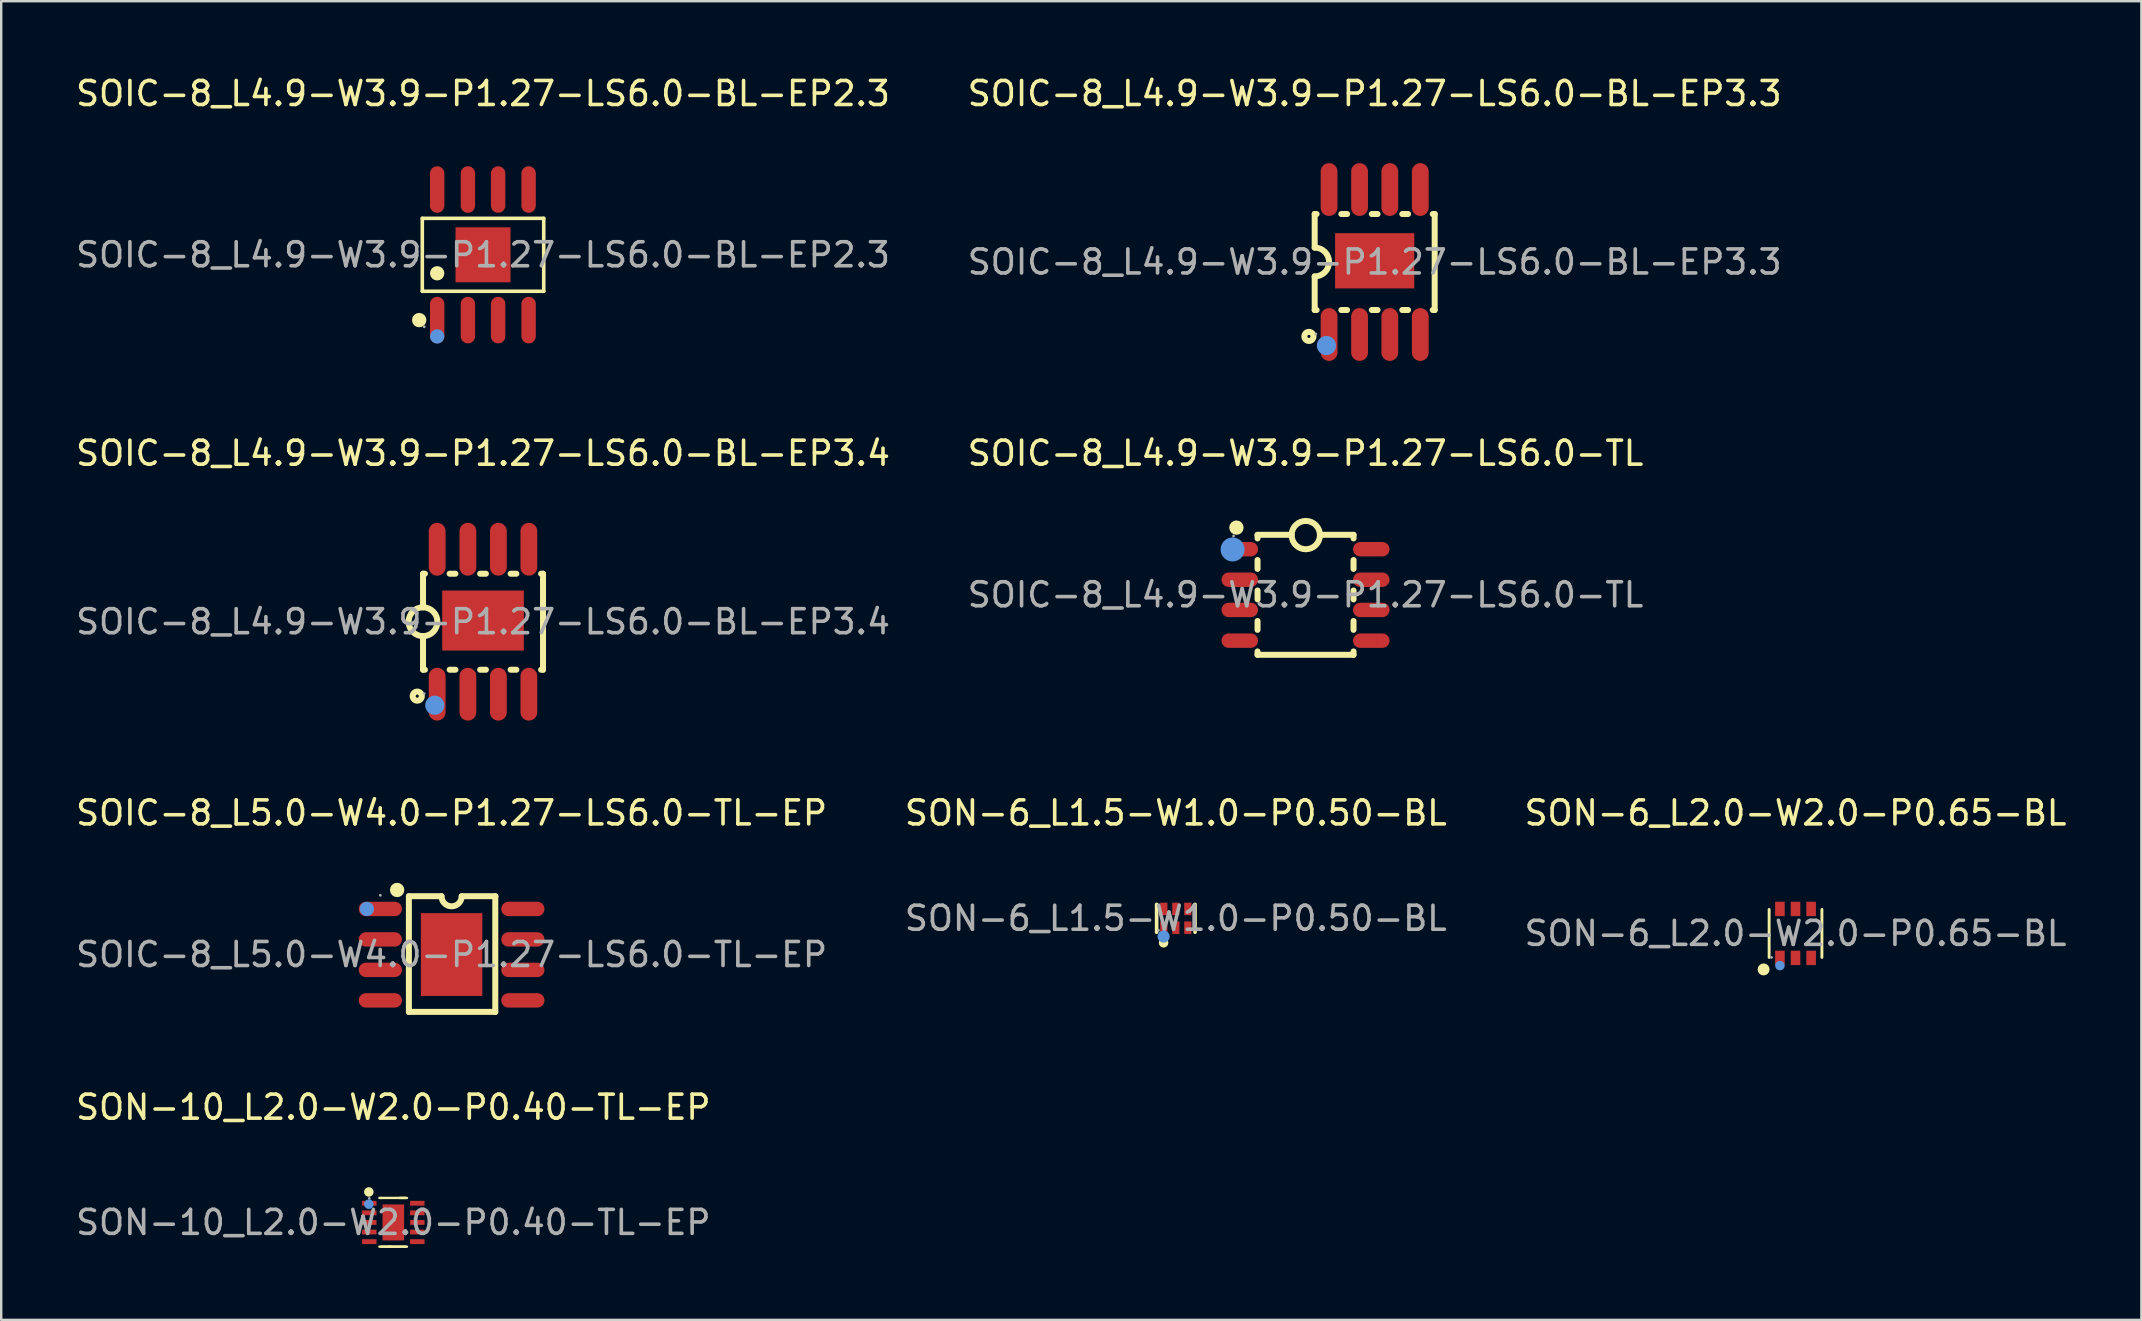
<source format=kicad_pcb>
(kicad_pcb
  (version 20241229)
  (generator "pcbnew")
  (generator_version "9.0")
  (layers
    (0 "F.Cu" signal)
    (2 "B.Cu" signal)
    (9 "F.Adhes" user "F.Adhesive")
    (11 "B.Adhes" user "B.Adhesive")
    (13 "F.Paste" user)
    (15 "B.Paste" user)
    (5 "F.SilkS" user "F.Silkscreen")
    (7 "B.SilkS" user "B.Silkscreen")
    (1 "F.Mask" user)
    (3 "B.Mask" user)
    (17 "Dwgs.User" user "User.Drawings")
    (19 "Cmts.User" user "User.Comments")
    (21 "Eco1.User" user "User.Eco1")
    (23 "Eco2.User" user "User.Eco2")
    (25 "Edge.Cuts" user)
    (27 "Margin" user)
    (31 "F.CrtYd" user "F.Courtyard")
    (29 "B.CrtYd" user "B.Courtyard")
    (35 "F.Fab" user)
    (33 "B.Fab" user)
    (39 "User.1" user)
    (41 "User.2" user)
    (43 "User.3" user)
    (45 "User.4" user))
  (footprint "SOIC-8_L5.0-W4.0-P1.27-LS6.0-TL-EP"
    (layer "F.Cu")
    (at 15.768 36.725)
    (property "Reference" "SOIC-8_L5.0-W4.0-P1.27-LS6.0-TL-EP" (at 0 -5.9 0) (layer "F.SilkS") (effects (font (size 1 1) (thickness 0.15))))
    (attr through_hole)
    (fp_line (start -1.78 -2.43) (end -1.78 2.39) (stroke (width 0.25) (type solid)) (layer "F.SilkS"))
    (fp_line (start -1.78 -2.43) (end -0.42 -2.43) (stroke (width 0.25) (type solid)) (layer "F.SilkS"))
    (fp_line (start -1.78 2.39) (end 1.82 2.39) (stroke (width 0.25) (type solid)) (layer "F.SilkS"))
    (fp_line (start 0.42 -2.43) (end 1.82 -2.43) (stroke (width 0.25) (type solid)) (layer "F.SilkS"))
    (fp_line (start 1.82 -2.41) (end 1.82 -2.43) (stroke (width 0.25) (type solid)) (layer "F.SilkS"))
    (fp_line (start 1.82 2.39) (end 1.82 -2.41) (stroke (width 0.25) (type solid)) (layer "F.SilkS"))
    (fp_arc (start -2.27 -2.69) (mid -2.27 -2.69) (end -2.27 -2.69) (stroke (width 0.3) (type solid)) (layer "F.SilkS"))
    (fp_arc (start 0.42 -2.43) (mid 0 -2.01) (end -0.42 -2.43) (stroke (width 0.25) (type solid)) (layer "F.SilkS"))
    (fp_circle (center -3.53 -1.9) (end -3.38 -1.9) (stroke (width 0.3) (type solid)) (fill no) (layer "Cmts.User"))
    (fp_circle (center -2.97 -2.47) (end -2.94 -2.47) (stroke (width 0.06) (type solid)) (fill no) (layer "F.Fab"))
    (fp_text user "${REFERENCE}" (at 0 0 0) (layer "F.Fab") (effects (font (size 1 1) (thickness 0.15))))
    (pad "1" smd oval (at -2.97 -1.9) (size 1.8 0.6) (layers "F.Cu" "F.Mask" "F.Paste"))
    (pad "2" smd oval (at -2.97 -0.63) (size 1.8 0.6) (layers "F.Cu" "F.Mask" "F.Paste"))
    (pad "3" smd oval (at -2.97 0.64) (size 1.8 0.6) (layers "F.Cu" "F.Mask" "F.Paste"))
    (pad "4" smd oval (at -2.97 1.91) (size 1.8 0.6) (layers "F.Cu" "F.Mask" "F.Paste"))
    (pad "5" smd oval (at 2.97 1.91) (size 1.8 0.6) (layers "F.Cu" "F.Mask" "F.Paste"))
    (pad "6" smd oval (at 2.97 0.64) (size 1.8 0.6) (layers "F.Cu" "F.Mask" "F.Paste"))
    (pad "7" smd oval (at 2.97 -0.63) (size 1.8 0.6) (layers "F.Cu" "F.Mask" "F.Paste"))
    (pad "8" smd oval (at 2.97 -1.9) (size 1.8 0.6) (layers "F.Cu" "F.Mask" "F.Paste"))
    (pad "9" smd rect (at 0 0) (size 2.56 3.45) (layers "F.Cu" "F.Mask" "F.Paste")))
  (footprint "SON-6_L1.5-W1.0-P0.50-BL"
    (layer "F.Cu")
    (at 45.946 35.215)
    (property "Reference" "SON-6_L1.5-W1.0-P0.50-BL" (at 0 -4.39 0) (layer "F.SilkS") (effects (font (size 1 1) (thickness 0.15))))
    (attr through_hole)
    (fp_line (start -0.8 0.58) (end -0.8 -0.58) (stroke (width 0.15) (type solid)) (layer "F.SilkS"))
    (fp_line (start 0.8 -0.58) (end 0.8 0.58) (stroke (width 0.15) (type solid)) (layer "F.SilkS"))
    (fp_circle (center -0.51 1.02) (end -0.41 1.02) (stroke (width 0.2) (type solid)) (fill no) (layer "F.SilkS"))
    (fp_circle (center -0.51 0.76) (end -0.38 0.76) (stroke (width 0.25) (type solid)) (fill no) (layer "Cmts.User"))
    (fp_circle (center -0.72 0.5) (end -0.69 0.5) (stroke (width 0.06) (type solid)) (fill no) (layer "F.Fab"))
    (fp_text user "${REFERENCE}" (at 0 0 0) (layer "F.Fab") (effects (font (size 1 1) (thickness 0.15))))
    (pad "1" smd rect (at -0.5 0.39) (size 0.3 0.52) (layers "F.Cu" "F.Mask" "F.Paste"))
    (pad "2" smd rect (at 0 0.39) (size 0.3 0.52) (layers "F.Cu" "F.Mask" "F.Paste"))
    (pad "3" smd rect (at 0.5 0.39) (size 0.3 0.52) (layers "F.Cu" "F.Mask" "F.Paste"))
    (pad "4" smd rect (at 0.5 -0.39) (size 0.3 0.52) (layers "F.Cu" "F.Mask" "F.Paste"))
    (pad "5" smd rect (at 0 -0.39) (size 0.3 0.52) (layers "F.Cu" "F.Mask" "F.Paste"))
    (pad "6" smd rect (at -0.5 -0.39) (size 0.3 0.52) (layers "F.Cu" "F.Mask" "F.Paste")))
  (footprint "SOIC-8_L4.9-W3.9-P1.27-LS6.0-BL-EP3.3"
    (layer "F.Cu")
    (at 54.232 7.868)
    (property "Reference" "SOIC-8_L4.9-W3.9-P1.27-LS6.0-BL-EP3.3" (at 0 -7.02 0) (layer "F.SilkS") (effects (font (size 1 1) (thickness 0.15))))
    (attr through_hole)
    (fp_line (start -2.5 -2) (end -2.5 -0.6) (stroke (width 0.25) (type solid)) (layer "F.SilkS"))
    (fp_line (start -2.5 2) (end -2.5 0.6) (stroke (width 0.25) (type solid)) (layer "F.SilkS"))
    (fp_line (start -2.42 -2) (end -2.5 -2) (stroke (width 0.25) (type solid)) (layer "F.SilkS"))
    (fp_line (start -2.42 2) (end -2.5 2) (stroke (width 0.25) (type solid)) (layer "F.SilkS"))
    (fp_line (start -1.15 -2) (end -1.39 -2) (stroke (width 0.25) (type solid)) (layer "F.SilkS"))
    (fp_line (start -1.15 2) (end -1.39 2) (stroke (width 0.25) (type solid)) (layer "F.SilkS"))
    (fp_line (start 0.12 -2) (end -0.12 -2) (stroke (width 0.25) (type solid)) (layer "F.SilkS"))
    (fp_line (start 0.12 2) (end -0.12 2) (stroke (width 0.25) (type solid)) (layer "F.SilkS"))
    (fp_line (start 1.39 -2) (end 1.15 -2) (stroke (width 0.25) (type solid)) (layer "F.SilkS"))
    (fp_line (start 1.39 2) (end 1.15 2) (stroke (width 0.25) (type solid)) (layer "F.SilkS"))
    (fp_line (start 2.5 -2) (end 2.42 -2) (stroke (width 0.25) (type solid)) (layer "F.SilkS"))
    (fp_line (start 2.5 -2) (end 2.5 2) (stroke (width 0.25) (type solid)) (layer "F.SilkS"))
    (fp_line (start 2.5 2) (end 2.42 2) (stroke (width 0.25) (type solid)) (layer "F.SilkS"))
    (fp_arc (start -2.5 -0.6) (mid -1.9 0) (end -2.5 0.6) (stroke (width 0.25) (type solid)) (layer "F.SilkS"))
    (fp_circle (center -2.74 3.1) (end -2.55 3.1) (stroke (width 0.25) (type solid)) (fill no) (layer "F.SilkS"))
    (fp_circle (center -2.01 3.48) (end -1.81 3.48) (stroke (width 0.4) (type solid)) (fill no) (layer "Cmts.User"))
    (fp_circle (center -2.45 3) (end -2.42 3) (stroke (width 0.06) (type solid)) (fill no) (layer "F.Fab"))
    (fp_text user "${REFERENCE}" (at 0 0 0) (layer "F.Fab") (effects (font (size 1 1) (thickness 0.15))))
    (pad "1" smd oval (at -1.9 3.02 180) (size 0.7 2.2) (layers "F.Cu" "F.Mask" "F.Paste"))
    (pad "2" smd oval (at -0.63 3.02 180) (size 0.7 2.2) (layers "F.Cu" "F.Mask" "F.Paste"))
    (pad "3" smd oval (at 0.63 3.02 180) (size 0.7 2.2) (layers "F.Cu" "F.Mask" "F.Paste"))
    (pad "4" smd oval (at 1.9 3.02 180) (size 0.7 2.2) (layers "F.Cu" "F.Mask" "F.Paste"))
    (pad "5" smd oval (at 1.9 -3.02 180) (size 0.7 2.2) (layers "F.Cu" "F.Mask" "F.Paste"))
    (pad "6" smd oval (at 0.63 -3.02 180) (size 0.7 2.2) (layers "F.Cu" "F.Mask" "F.Paste"))
    (pad "7" smd oval (at -0.63 -3.02 180) (size 0.7 2.2) (layers "F.Cu" "F.Mask" "F.Paste"))
    (pad "8" smd oval (at -1.9 -3.02 180) (size 0.7 2.2) (layers "F.Cu" "F.Mask" "F.Paste"))
    (pad "9" smd rect (at 0 -0.05 90) (size 2.3 3.3) (layers "F.Cu" "F.Mask" "F.Paste")))
  (footprint "SOIC-8_L4.9-W3.9-P1.27-LS6.0-BL-EP3.4"
    (layer "F.Cu")
    (at 17.077 22.857)
    (property "Reference" "SOIC-8_L4.9-W3.9-P1.27-LS6.0-BL-EP3.4" (at 0 -7.02 0) (layer "F.SilkS") (effects (font (size 1 1) (thickness 0.15))))
    (attr through_hole)
    (fp_line (start -2.5 -2) (end -2.5 -0.6) (stroke (width 0.25) (type solid)) (layer "F.SilkS"))
    (fp_line (start -2.5 2) (end -2.5 0.6) (stroke (width 0.25) (type solid)) (layer "F.SilkS"))
    (fp_line (start -2.42 -2) (end -2.5 -2) (stroke (width 0.25) (type solid)) (layer "F.SilkS"))
    (fp_line (start -2.42 2) (end -2.5 2) (stroke (width 0.25) (type solid)) (layer "F.SilkS"))
    (fp_line (start -1.15 -2) (end -1.39 -2) (stroke (width 0.25) (type solid)) (layer "F.SilkS"))
    (fp_line (start -1.15 2) (end -1.39 2) (stroke (width 0.25) (type solid)) (layer "F.SilkS"))
    (fp_line (start 0.12 -2) (end -0.12 -2) (stroke (width 0.25) (type solid)) (layer "F.SilkS"))
    (fp_line (start 0.12 2) (end -0.12 2) (stroke (width 0.25) (type solid)) (layer "F.SilkS"))
    (fp_line (start 1.39 -2) (end 1.15 -2) (stroke (width 0.25) (type solid)) (layer "F.SilkS"))
    (fp_line (start 1.39 2) (end 1.15 2) (stroke (width 0.25) (type solid)) (layer "F.SilkS"))
    (fp_line (start 2.5 -2) (end 2.42 -2) (stroke (width 0.25) (type solid)) (layer "F.SilkS"))
    (fp_line (start 2.5 -2) (end 2.5 2) (stroke (width 0.25) (type solid)) (layer "F.SilkS"))
    (fp_line (start 2.5 2) (end 2.42 2) (stroke (width 0.25) (type solid)) (layer "F.SilkS"))
    (fp_arc (start -2.489529 -0.599909) (mid -2.505236 0.599978) (end -2.5 -0.6) (stroke (width 0.25) (type solid)) (layer "F.SilkS"))
    (fp_circle (center -2.74 3.1) (end -2.55 3.1) (stroke (width 0.25) (type solid)) (fill no) (layer "F.SilkS"))
    (fp_circle (center -2.01 3.48) (end -1.81 3.48) (stroke (width 0.4) (type solid)) (fill no) (layer "Cmts.User"))
    (fp_circle (center -2.45 3) (end -2.42 3) (stroke (width 0.06) (type solid)) (fill no) (layer "F.Fab"))
    (fp_text user "${REFERENCE}" (at 0 0 0) (layer "F.Fab") (effects (font (size 1 1) (thickness 0.15))))
    (pad "1" smd oval (at -1.91 3.02 180) (size 0.7 2.2) (layers "F.Cu" "F.Mask" "F.Paste"))
    (pad "2" smd oval (at -0.63 3.02 180) (size 0.7 2.2) (layers "F.Cu" "F.Mask" "F.Paste"))
    (pad "3" smd oval (at 0.64 3.02 180) (size 0.7 2.2) (layers "F.Cu" "F.Mask" "F.Paste"))
    (pad "4" smd oval (at 1.91 3.02 180) (size 0.7 2.2) (layers "F.Cu" "F.Mask" "F.Paste"))
    (pad "5" smd oval (at 1.91 -3.02 180) (size 0.7 2.2) (layers "F.Cu" "F.Mask" "F.Paste"))
    (pad "6" smd oval (at 0.64 -3.02 180) (size 0.7 2.2) (layers "F.Cu" "F.Mask" "F.Paste"))
    (pad "7" smd oval (at -0.63 -3.02 180) (size 0.7 2.2) (layers "F.Cu" "F.Mask" "F.Paste"))
    (pad "8" smd oval (at -1.91 -3.02 180) (size 0.7 2.2) (layers "F.Cu" "F.Mask" "F.Paste"))
    (pad "9" smd rect (at 0 -0.05 90) (size 2.5 3.4) (layers "F.Cu" "F.Mask" "F.Paste")))
  (footprint "SON-6_L2.0-W2.0-P0.65-BL"
    (layer "F.Cu")
    (at 71.768 35.845)
    (property "Reference" "SON-6_L2.0-W2.0-P0.65-BL" (at 0 -5.02 0) (layer "F.SilkS") (effects (font (size 1 1) (thickness 0.15))))
    (attr through_hole)
    (fp_line (start -1.1 -1) (end -1.1 1) (stroke (width 0.12) (type solid)) (layer "F.SilkS"))
    (fp_line (start 1.1 -1) (end 1.1 1) (stroke (width 0.12) (type solid)) (layer "F.SilkS"))
    (fp_arc (start -1.33 1.5) (mid -1.33 1.5) (end -1.33 1.5) (stroke (width 0.25) (type solid)) (layer "F.SilkS"))
    (fp_circle (center -0.65 1.34) (end -0.55 1.34) (stroke (width 0.2) (type solid)) (fill no) (layer "Cmts.User"))
    (fp_circle (center -1 1) (end -0.97 1) (stroke (width 0.06) (type solid)) (fill no) (layer "F.Fab"))
    (fp_text user "${REFERENCE}" (at 0 0 0) (layer "F.Fab") (effects (font (size 1 1) (thickness 0.15))))
    (pad "1" smd rect (at -0.65 1.02) (size 0.4 0.6) (layers "F.Cu" "F.Mask" "F.Paste"))
    (pad "2" smd rect (at 0 1.02) (size 0.4 0.6) (layers "F.Cu" "F.Mask" "F.Paste"))
    (pad "3" smd rect (at 0.65 1.02) (size 0.4 0.6) (layers "F.Cu" "F.Mask" "F.Paste"))
    (pad "4" smd rect (at 0.65 -1.02) (size 0.4 0.6) (layers "F.Cu" "F.Mask" "F.Paste"))
    (pad "5" smd rect (at 0 -1.02) (size 0.4 0.6) (layers "F.Cu" "F.Mask" "F.Paste"))
    (pad "6" smd rect (at -0.65 -1.02) (size 0.4 0.6) (layers "F.Cu" "F.Mask" "F.Paste")))
  (footprint "SOIC-8_L4.9-W3.9-P1.27-LS6.0-BL-EP2.3"
    (layer "F.Cu")
    (at 17.077 7.568)
    (property "Reference" "SOIC-8_L4.9-W3.9-P1.27-LS6.0-BL-EP2.3" (at 0 -6.72 0) (layer "F.SilkS") (effects (font (size 1 1) (thickness 0.15))))
    (attr through_hole)
    (fp_line (start -2.53 -1.52) (end 2.53 -1.52) (stroke (width 0.15) (type solid)) (layer "F.SilkS"))
    (fp_line (start -2.53 1.52) (end -2.53 -1.52) (stroke (width 0.15) (type solid)) (layer "F.SilkS"))
    (fp_line (start 2.53 -1.52) (end 2.53 1.52) (stroke (width 0.15) (type solid)) (layer "F.SilkS"))
    (fp_line (start 2.53 1.52) (end -2.53 1.52) (stroke (width 0.15) (type solid)) (layer "F.SilkS"))
    (fp_circle (center -2.66 2.72) (end -2.51 2.72) (stroke (width 0.3) (type solid)) (fill no) (layer "F.SilkS"))
    (fp_circle (center -1.91 0.77) (end -1.76 0.77) (stroke (width 0.3) (type solid)) (fill no) (layer "F.SilkS"))
    (fp_circle (center -1.91 3.4) (end -1.76 3.4) (stroke (width 0.3) (type solid)) (fill no) (layer "Cmts.User"))
    (fp_circle (center -2.45 3) (end -2.42 3) (stroke (width 0.06) (type solid)) (fill no) (layer "F.Fab"))
    (fp_text user "${REFERENCE}" (at 0 0 0) (layer "F.Fab") (effects (font (size 1 1) (thickness 0.15))))
    (pad "1" smd oval (at -1.91 2.72) (size 0.6 1.94) (layers "F.Cu" "F.Mask" "F.Paste"))
    (pad "2" smd oval (at -0.63 2.72) (size 0.6 1.94) (layers "F.Cu" "F.Mask" "F.Paste"))
    (pad "3" smd oval (at 0.63 2.72) (size 0.6 1.94) (layers "F.Cu" "F.Mask" "F.Paste"))
    (pad "4" smd oval (at 1.9 2.72) (size 0.6 1.94) (layers "F.Cu" "F.Mask" "F.Paste"))
    (pad "5" smd oval (at 1.9 -2.72) (size 0.6 1.94) (layers "F.Cu" "F.Mask" "F.Paste"))
    (pad "6" smd oval (at 0.63 -2.72) (size 0.6 1.94) (layers "F.Cu" "F.Mask" "F.Paste"))
    (pad "7" smd oval (at -0.63 -2.72) (size 0.6 1.94) (layers "F.Cu" "F.Mask" "F.Paste"))
    (pad "8" smd oval (at -1.91 -2.72) (size 0.6 1.94) (layers "F.Cu" "F.Mask" "F.Paste"))
    (pad "9" smd rect (at 0 0) (size 2.29 2.29) (layers "F.Cu" "F.Mask" "F.Paste")))
  (footprint "SOIC-8_L4.9-W3.9-P1.27-LS6.0-TL"
    (layer "F.Cu")
    (at 51.351 21.736)
    (property "Reference" "SOIC-8_L4.9-W3.9-P1.27-LS6.0-TL" (at 0 -5.9 0) (layer "F.SilkS") (effects (font (size 1 1) (thickness 0.15))))
    (attr through_hole)
    (fp_line (start -2 -2.5) (end -2 -2.35) (stroke (width 0.25) (type solid)) (layer "F.SilkS"))
    (fp_line (start -2 -1.45) (end -2 -1.08) (stroke (width 0.25) (type solid)) (layer "F.SilkS"))
    (fp_line (start -2 -0.18) (end -2 0.19) (stroke (width 0.25) (type solid)) (layer "F.SilkS"))
    (fp_line (start -2 1.09) (end -2 1.46) (stroke (width 0.25) (type solid)) (layer "F.SilkS"))
    (fp_line (start -2 2.36) (end -2 2.5) (stroke (width 0.25) (type solid)) (layer "F.SilkS"))
    (fp_line (start -0.58 -2.5) (end -2 -2.5) (stroke (width 0.25) (type solid)) (layer "F.SilkS"))
    (fp_line (start 2 -2.5) (end 0.6 -2.5) (stroke (width 0.25) (type solid)) (layer "F.SilkS"))
    (fp_line (start 2 -2.5) (end 2 -2.35) (stroke (width 0.25) (type solid)) (layer "F.SilkS"))
    (fp_line (start 2 -1.45) (end 2 -1.08) (stroke (width 0.25) (type solid)) (layer "F.SilkS"))
    (fp_line (start 2 -0.18) (end 2 0.19) (stroke (width 0.25) (type solid)) (layer "F.SilkS"))
    (fp_line (start 2 1.09) (end 2 1.46) (stroke (width 0.25) (type solid)) (layer "F.SilkS"))
    (fp_line (start 2 2.36) (end 2 2.5) (stroke (width 0.25) (type solid)) (layer "F.SilkS"))
    (fp_line (start 2 2.5) (end -2 2.5) (stroke (width 0.25) (type solid)) (layer "F.SilkS"))
    (fp_arc (start -0.57991 -2.500297) (mid 0.599977 -2.484851) (end -0.58 -2.49) (stroke (width 0.25) (type solid)) (layer "F.SilkS"))
    (fp_circle (center -2.88 -2.8) (end -2.73 -2.8) (stroke (width 0.3) (type solid)) (fill no) (layer "F.SilkS"))
    (fp_circle (center -3.04 -1.89) (end -2.79 -1.89) (stroke (width 0.5) (type solid)) (fill no) (layer "Cmts.User"))
    (fp_circle (center -3 -2.45) (end -2.97 -2.45) (stroke (width 0.06) (type solid)) (fill no) (layer "F.Fab"))
    (fp_text user "${REFERENCE}" (at 0 0 0) (layer "F.Fab") (effects (font (size 1 1) (thickness 0.15))))
    (pad "1" smd oval (at -2.74 -1.9 90) (size 0.6 1.52) (layers "F.Cu" "F.Mask" "F.Paste"))
    (pad "2" smd oval (at -2.74 -0.63 90) (size 0.6 1.52) (layers "F.Cu" "F.Mask" "F.Paste"))
    (pad "3" smd oval (at -2.74 0.63 90) (size 0.6 1.52) (layers "F.Cu" "F.Mask" "F.Paste"))
    (pad "4" smd oval (at -2.74 1.91 90) (size 0.6 1.52) (layers "F.Cu" "F.Mask" "F.Paste"))
    (pad "5" smd oval (at 2.74 1.91 90) (size 0.6 1.52) (layers "F.Cu" "F.Mask" "F.Paste"))
    (pad "6" smd oval (at 2.74 0.63 90) (size 0.6 1.52) (layers "F.Cu" "F.Mask" "F.Paste"))
    (pad "7" smd oval (at 2.74 -0.63 90) (size 0.6 1.52) (layers "F.Cu" "F.Mask" "F.Paste"))
    (pad "8" smd oval (at 2.74 -1.9 90) (size 0.6 1.52) (layers "F.Cu" "F.Mask" "F.Paste")))
  (footprint "SON-10_L2.0-W2.0-P0.40-TL-EP"
    (layer "F.Cu")
    (at 13.339 47.888)
    (property "Reference" "SON-10_L2.0-W2.0-P0.40-TL-EP" (at 0 -4.8 0) (layer "F.SilkS") (effects (font (size 1 1) (thickness 0.15))))
    (attr through_hole)
    (fp_line (start -0.51 -1.02) (end -0.58 -1.02) (stroke (width 0.1) (type solid)) (layer "F.SilkS"))
    (fp_line (start -0.51 -1.02) (end 0.51 -1.02) (stroke (width 0.1) (type solid)) (layer "F.SilkS"))
    (fp_line (start -0.51 1.01) (end 0.51 1.01) (stroke (width 0.1) (type solid)) (layer "F.SilkS"))
    (fp_line (start -0.2 1.01) (end 0.57 1.01) (stroke (width 0.1) (type solid)) (layer "F.SilkS"))
    (fp_line (start -0.09 1.01) (end -0.58 1.01) (stroke (width 0.1) (type solid)) (layer "F.SilkS"))
    (fp_line (start 0.27 -1.02) (end 0.57 -1.02) (stroke (width 0.1) (type solid)) (layer "F.SilkS"))
    (fp_circle (center -1.02 -1.27) (end -0.92 -1.27) (stroke (width 0.2) (type solid)) (fill no) (layer "F.SilkS"))
    (fp_circle (center -1.02 -0.76) (end -0.92 -0.76) (stroke (width 0.2) (type solid)) (fill no) (layer "Cmts.User"))
    (fp_circle (center -1 -1) (end -0.97 -1) (stroke (width 0.06) (type solid)) (fill no) (layer "F.Fab"))
    (fp_text user "${REFERENCE}" (at 0 0 0) (layer "F.Fab") (effects (font (size 1 1) (thickness 0.15))))
    (pad "1" smd rect (at -1 -0.8 270) (size 0.2 0.6) (layers "F.Cu" "F.Mask" "F.Paste"))
    (pad "2" smd rect (at -1 -0.4 270) (size 0.2 0.6) (layers "F.Cu" "F.Mask" "F.Paste"))
    (pad "3" smd rect (at -1 0 270) (size 0.2 0.6) (layers "F.Cu" "F.Mask" "F.Paste"))
    (pad "4" smd rect (at -1 0.4 270) (size 0.2 0.6) (layers "F.Cu" "F.Mask" "F.Paste"))
    (pad "5" smd rect (at -1 0.8 270) (size 0.2 0.6) (layers "F.Cu" "F.Mask" "F.Paste"))
    (pad "6" smd rect (at 1 0.8 270) (size 0.2 0.6) (layers "F.Cu" "F.Mask" "F.Paste"))
    (pad "7" smd rect (at 1 0.4 270) (size 0.2 0.6) (layers "F.Cu" "F.Mask" "F.Paste"))
    (pad "8" smd rect (at 1 0 270) (size 0.2 0.6) (layers "F.Cu" "F.Mask" "F.Paste"))
    (pad "9" smd rect (at 1 -0.4 270) (size 0.2 0.6) (layers "F.Cu" "F.Mask" "F.Paste"))
    (pad "10" smd rect (at 1 -0.8 270) (size 0.2 0.6) (layers "F.Cu" "F.Mask" "F.Paste"))
    (pad "11" smd rect (at 0 0 270) (size 1.5 0.9) (layers "F.Cu" "F.Mask" "F.Paste")))
  (gr_rect
    (start -3 -3)
    (end 86.179 51.948)
    (stroke (width 0.1) (type default))
    (fill no)
    (layer "Edge.Cuts")))
</source>
